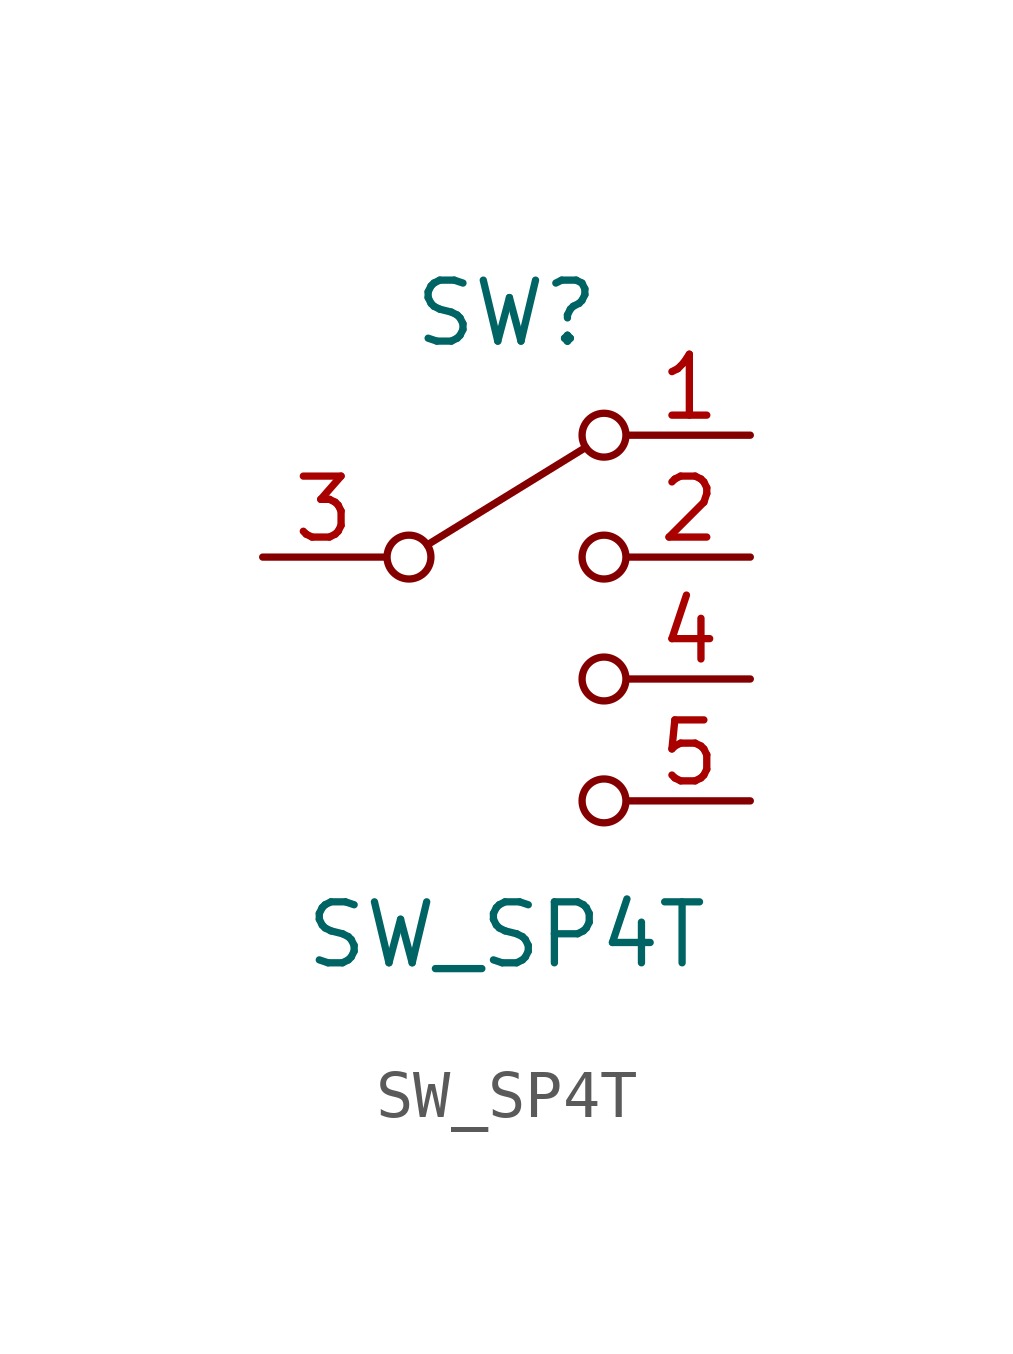
<source format=kicad_sym>
(kicad_symbol_lib
  (version 20211014)
  (generator kicad_symbol_editor)
  (symbol "SW_SP4T"
    (pin_names
      (offset 0) hide)
    (property "Reference" "SW"
      (at 0 5.08 0)
      (effects (font (size 1.27 1.27))))
    (property "Value" "SW_SP4T"
      (at 0 -7.874 0)
      (effects (font (size 1.27 1.27))))
    (symbol "SW_SP4T_0_1"
      (circle (center -2.032 0) (radius 0.457) (stroke (width 0) (type default) (color 0 0 0 0)) (fill (type none)))
      (polyline (pts (xy -1.651 0.254) (xy 1.651 2.286)) (stroke (width 0) (type default) (color 0 0 0 0)) (fill (type none)))
      (circle (center 2.032 -5.08) (radius 0.457) (stroke (width 0) (type default) (color 0 0 0 0)) (fill (type none)))
      (circle (center 2.032 -2.54) (radius 0.457) (stroke (width 0) (type default) (color 0 0 0 0)) (fill (type none)))
      (circle (center 2.032 0) (radius 0.457) (stroke (width 0) (type default) (color 0 0 0 0)) (fill (type none)))
      (circle (center 2.032 2.54) (radius 0.457) (stroke (width 0) (type default) (color 0 0 0 0)) (fill (type none))))
    (symbol "SW_SP4T_1_1"
      (pin passive line (at 5.08 2.54 180) (length 2.54) (name "1" (effects (font (size 1.27 1.27)))) (number "1" (effects (font (size 1.27 1.27)))))
      (pin passive line (at 5.08 0 180) (length 2.54) (name "2" (effects (font (size 1.27 1.27)))) (number "2" (effects (font (size 1.27 1.27)))))
      (pin passive line (at -5.08 0 0) (length 2.54) (name "3" (effects (font (size 1.27 1.27)))) (number "3" (effects (font (size 1.27 1.27)))))
      (pin passive line (at 5.08 -2.54 180) (length 2.54) (name "4" (effects (font (size 1.27 1.27)))) (number "4" (effects (font (size 1.27 1.27)))))
      (pin passive line (at 5.08 -5.08 180) (length 2.54) (name "5" (effects (font (size 1.27 1.27)))) (number "5" (effects (font (size 1.27 1.27))))))))
</source>
